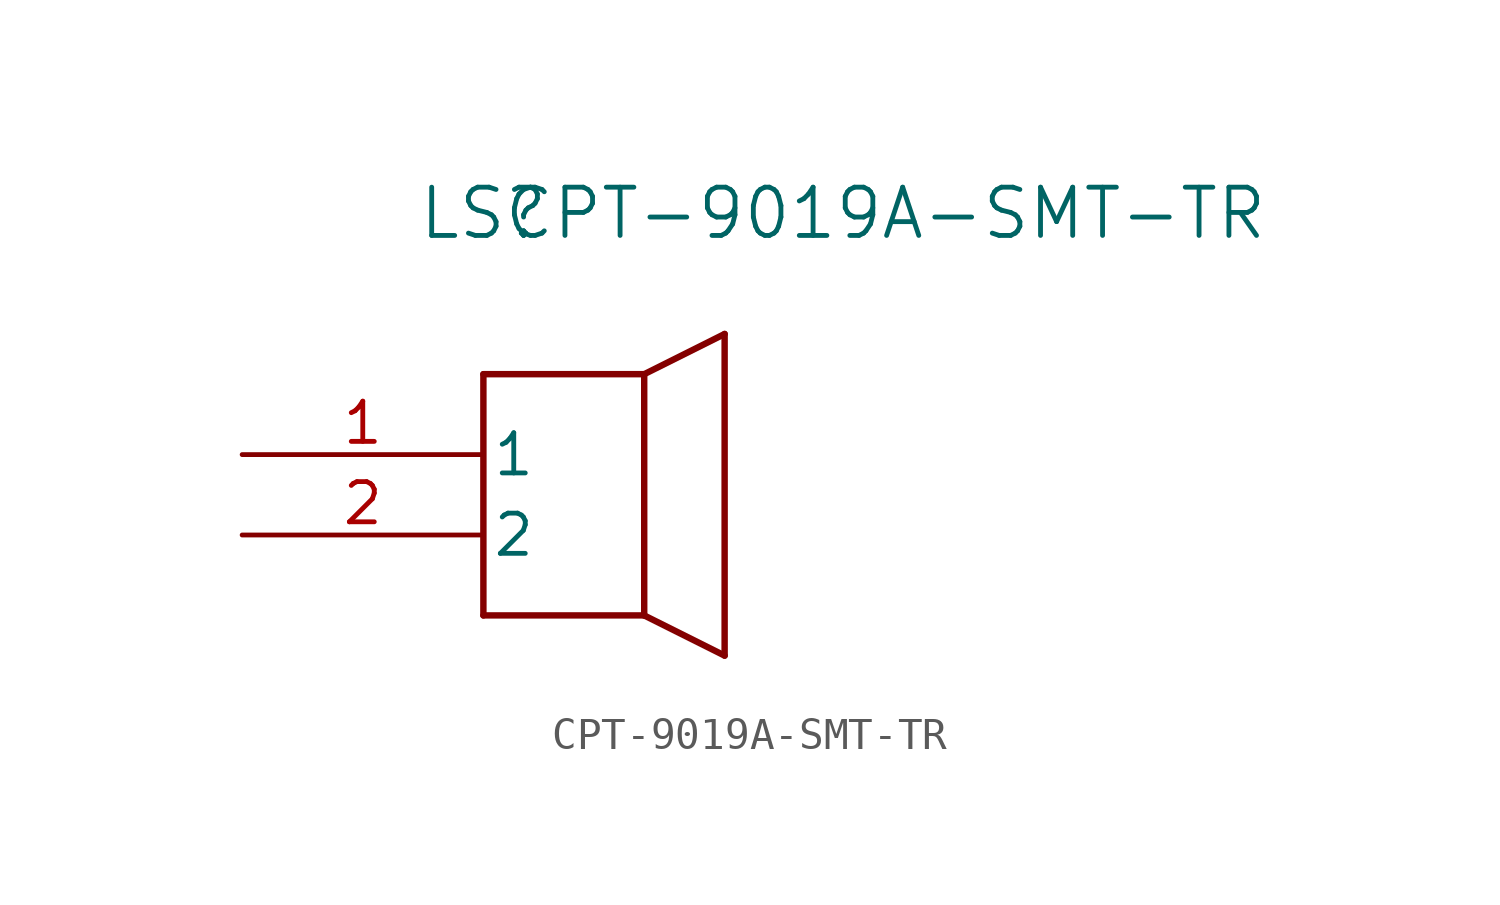
<source format=kicad_sym>
(kicad_symbol_lib
  (version 20211014)
  (generator kicad_symbol_editor)
  (symbol "CPT-9019A-SMT-TR"
    (pin_names
      (offset 0.254))
    (property "Reference" "LS"
      (at 7.62 7.62 0)
      (effects (font (size 1.524 1.524))))
    (property "Value" "CPT-9019A-SMT-TR"
      (at 20.32 7.62 0)
      (effects (font (size 1.524 1.524))))
    (symbol "CPT-9019A-SMT-TR_0_1"
      (polyline (pts (xy 7.62 2.54) (xy 7.62 -5.08)) (stroke (width 0.203) (type default) (color 0 0 0 0)) (fill (type none)))
      (polyline (pts (xy 7.62 -5.08) (xy 12.7 -5.08)) (stroke (width 0.203) (type default) (color 0 0 0 0)) (fill (type none)))
      (polyline (pts (xy 12.7 -5.08) (xy 12.7 2.54)) (stroke (width 0.203) (type default) (color 0 0 0 0)) (fill (type none)))
      (polyline (pts (xy 12.7 2.54) (xy 7.62 2.54)) (stroke (width 0.203) (type default) (color 0 0 0 0)) (fill (type none)))
      (polyline (pts (xy 12.7 2.54) (xy 15.24 3.81)) (stroke (width 0.203) (type default) (color 0 0 0 0)) (fill (type none)))
      (polyline (pts (xy 15.24 3.81) (xy 15.24 -6.35)) (stroke (width 0.203) (type default) (color 0 0 0 0)) (fill (type none)))
      (polyline (pts (xy 15.24 -6.35) (xy 12.7 -5.08)) (stroke (width 0.203) (type default) (color 0 0 0 0)) (fill (type none)))
      (pin unspecified line (at 0 0 0) (length 7.62) (name "1" (effects (font (size 1.27 1.27)))) (number "1" (effects (font (size 1.27 1.27)))))
      (pin unspecified line (at 0 -2.54 0) (length 7.62) (name "2" (effects (font (size 1.27 1.27)))) (number "2" (effects (font (size 1.27 1.27))))))))
</source>
